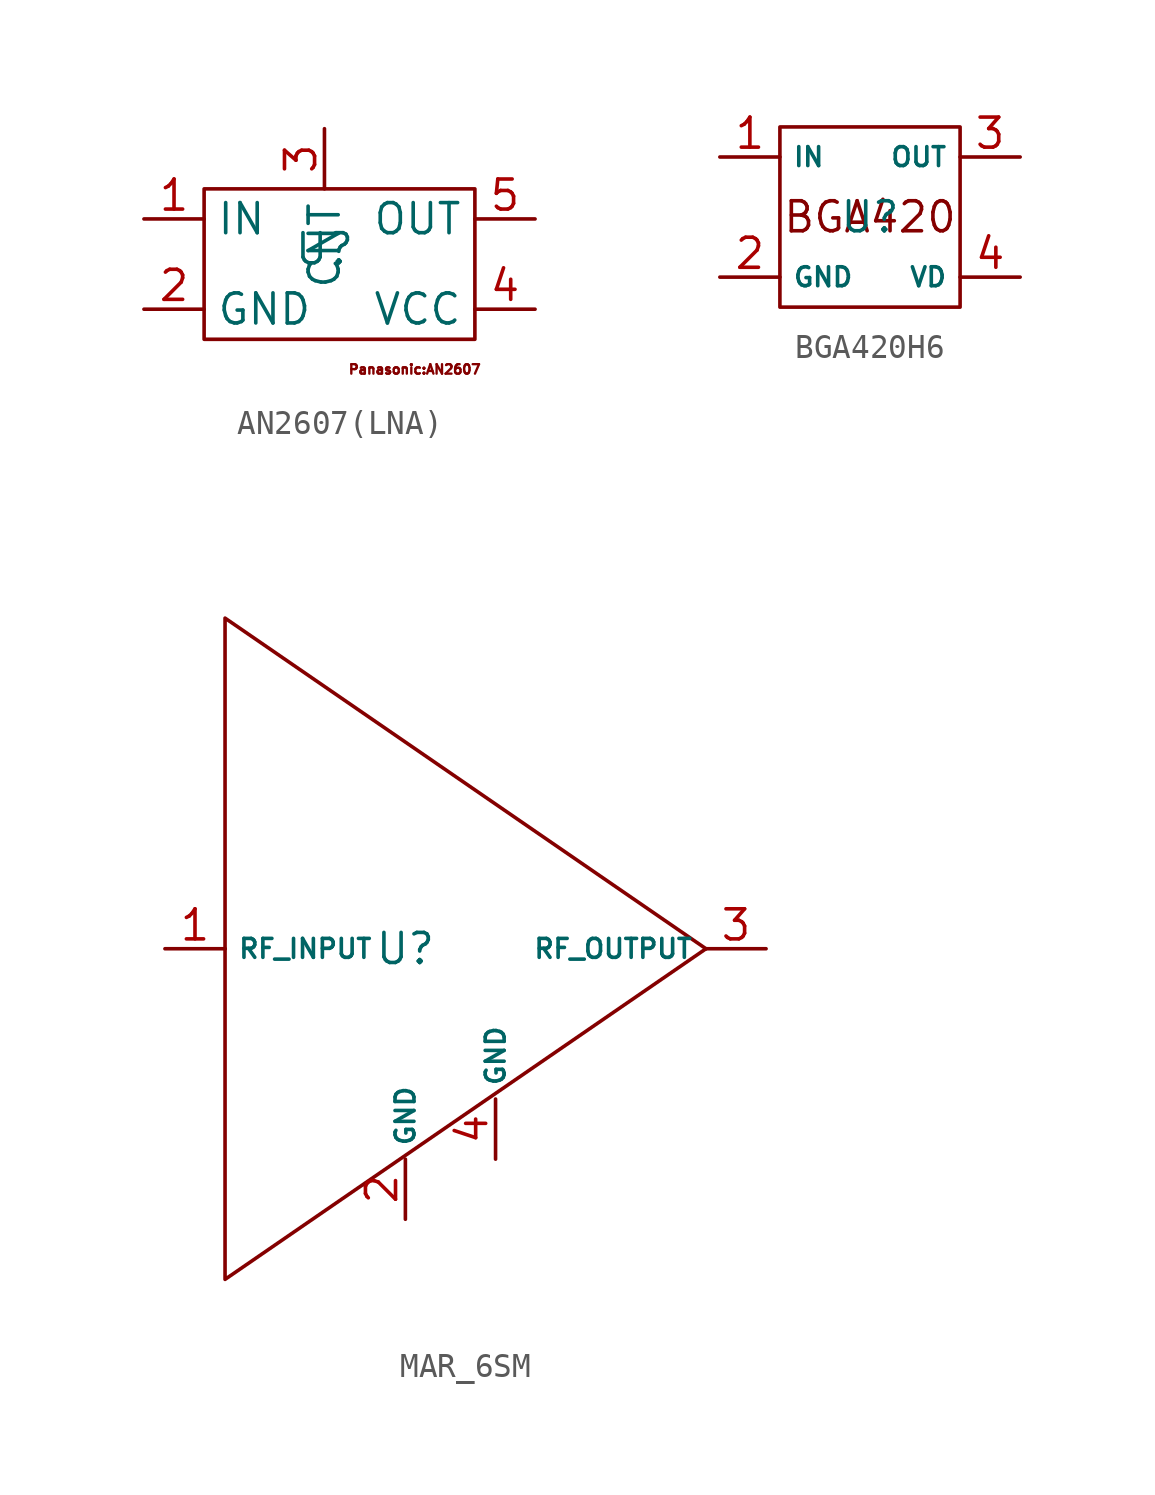
<source format=kicad_sym>
(kicad_symbol_lib
  (version 20220914)
  (generator kicad_symbol_editor)
  (symbol "AN2607(LNA)"
    (property "Reference" "U"
      (at 0 0 0)
      (effects (font (size 1.27 1.27))))
    (property "Value" ""
      (at 0 0 0)
      (effects (font (size 1.27 1.27))))
    (symbol "AN2607(LNA)_0_1"
      (rectangle (start -5.08 2.54) (end 6.35 -3.81) (stroke (width 0) (type default)) (fill (type none))))
    (symbol "AN2607(LNA)_1_1"
      (text "Panasonic:AN2607\n" (at 3.81 -5.08 0) (effects (font (size 0.4 0.4))))
      (pin input line (at -7.62 1.27 0) (length 2.54) (name "IN" (effects (font (size 1.27 1.27)))) (number "1" (effects (font (size 1.27 1.27)))))
      (pin input line (at -7.62 -2.54 0) (length 2.54) (name "GND" (effects (font (size 1.27 1.27)))) (number "2" (effects (font (size 1.27 1.27)))))
      (pin input line (at 0 5.08 270) (length 2.54) (name "CNT" (effects (font (size 1.27 1.27)))) (number "3" (effects (font (size 1.27 1.27)))))
      (pin input line (at 8.89 -2.54 180) (length 2.54) (name "VCC" (effects (font (size 1.27 1.27)))) (number "4" (effects (font (size 1.27 1.27)))))
      (pin input line (at 8.89 1.27 180) (length 2.54) (name "OUT" (effects (font (size 1.27 1.27)))) (number "5" (effects (font (size 1.27 1.27)))))))
  (symbol "BGA420H6"
    (property "Reference" "U"
      (at 0 0 0)
      (effects (font (size 1.27 1.27))))
    (property "Value" ""
      (at 0 0 0)
      (effects (font (size 1.27 1.27))))
    (symbol "BGA420H6_0_1"
      (rectangle (start -3.81 3.81) (end 3.81 -3.81) (stroke (width 0) (type default)) (fill (type none))))
    (symbol "BGA420H6_1_1"
      (text "BGA420\n" (at 0 0 0) (effects (font (size 1.27 1.27))))
      (pin input line (at -6.35 2.54 0) (length 2.54) (name "IN" (effects (font (size 0.8 0.8)))) (number "1" (effects (font (size 1.27 1.27)))))
      (pin input line (at -6.35 -2.54 0) (length 2.54) (name "GND" (effects (font (size 0.8 0.8)))) (number "2" (effects (font (size 1.27 1.27)))))
      (pin input line (at 6.35 2.54 180) (length 2.54) (name "OUT" (effects (font (size 0.8 0.8)))) (number "3" (effects (font (size 1.27 1.27)))))
      (pin input line (at 6.35 -2.54 180) (length 2.54) (name "VD" (effects (font (size 0.8 0.8)))) (number "4" (effects (font (size 1.27 1.27)))))))
  (symbol "MAR_6SM"
    (property "Reference" "U"
      (at 0 0 0)
      (effects (font (size 1.27 1.27))))
    (property "Value" ""
      (at 0 0 0)
      (effects (font (size 1.27 1.27))))
    (symbol "MAR_6SM_0_1"
      (polyline (pts (xy 12.7 0) (xy -7.62 -13.97) (xy -7.62 0)) (stroke (width 0) (type default)) (fill (type none)))
      (polyline (pts (xy 12.7 0) (xy -7.62 13.97) (xy -7.62 0)) (stroke (width 0) (type default)) (fill (type none))))
    (symbol "MAR_6SM_1_1"
      (pin input line (at -10.16 0 0) (length 2.54) (name "RF_INPUT" (effects (font (size 0.8 0.8)))) (number "1" (effects (font (size 1.27 1.27)))))
      (pin input line (at 0 -11.43 90) (length 2.54) (name "GND" (effects (font (size 0.8 0.8)))) (number "2" (effects (font (size 1.27 1.27)))))
      (pin input line (at 15.24 0 180) (length 2.54) (name "RF_OUTPUT" (effects (font (size 0.8 0.8)))) (number "3" (effects (font (size 1.27 1.27)))))
      (pin input line (at 3.81 -8.89 90) (length 2.54) (name "GND" (effects (font (size 0.8 0.8)))) (number "4" (effects (font (size 1.27 1.27))))))))
</source>
